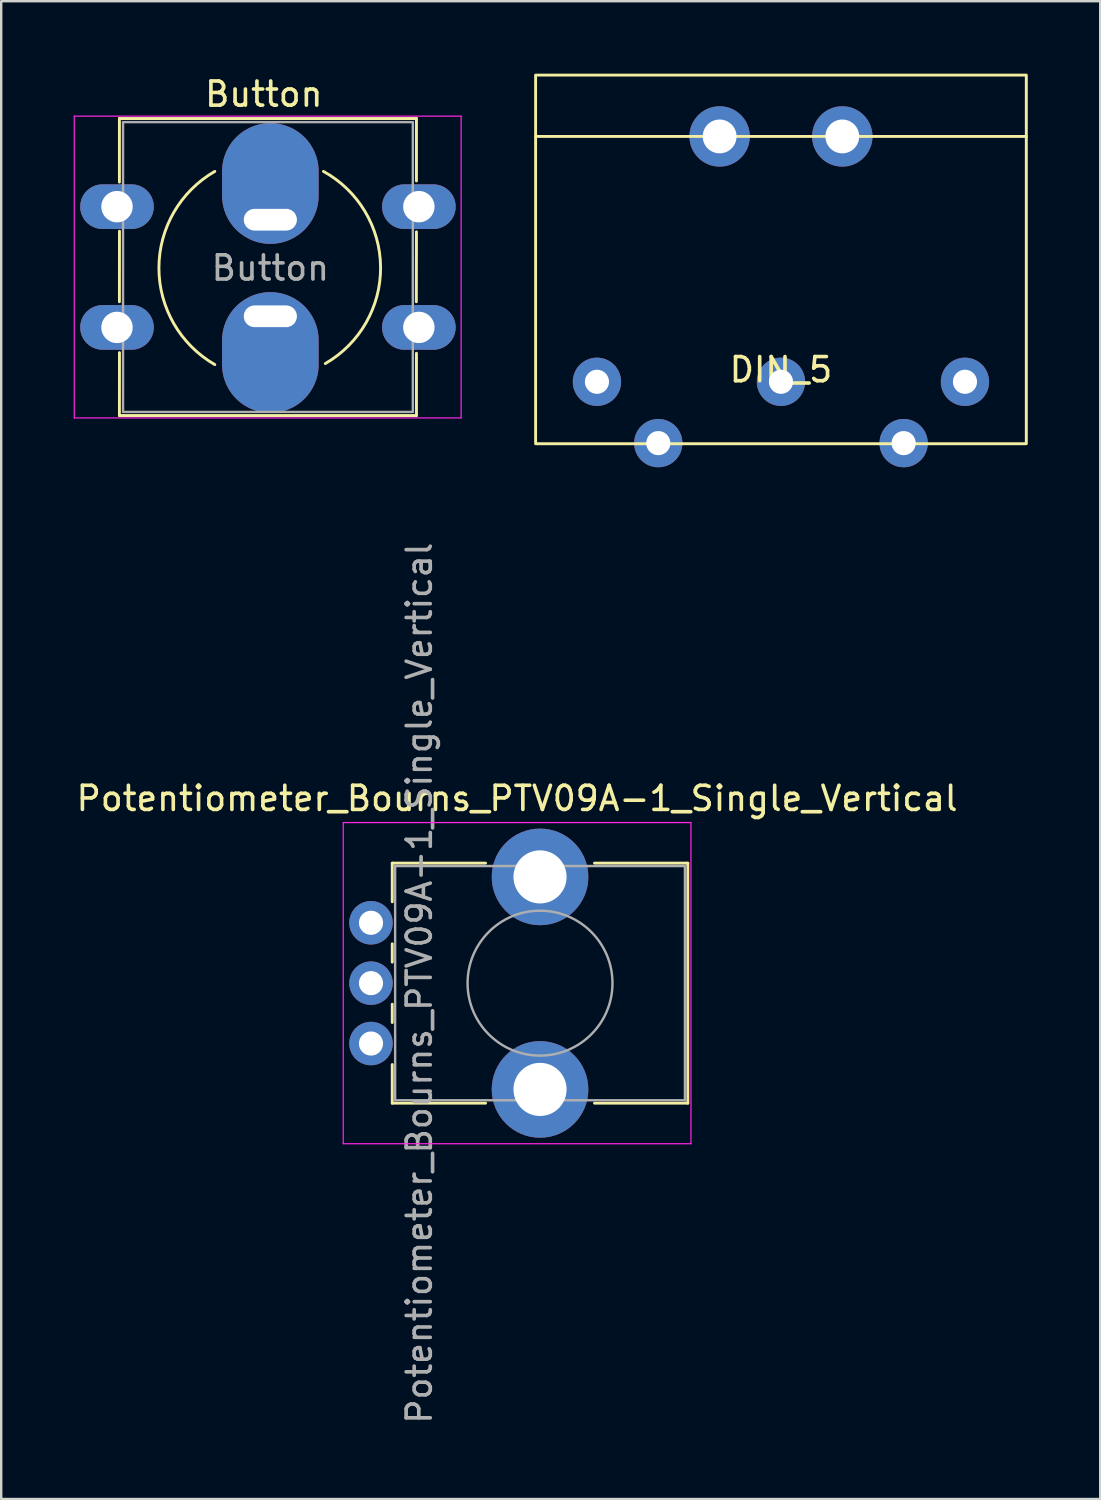
<source format=kicad_pcb>
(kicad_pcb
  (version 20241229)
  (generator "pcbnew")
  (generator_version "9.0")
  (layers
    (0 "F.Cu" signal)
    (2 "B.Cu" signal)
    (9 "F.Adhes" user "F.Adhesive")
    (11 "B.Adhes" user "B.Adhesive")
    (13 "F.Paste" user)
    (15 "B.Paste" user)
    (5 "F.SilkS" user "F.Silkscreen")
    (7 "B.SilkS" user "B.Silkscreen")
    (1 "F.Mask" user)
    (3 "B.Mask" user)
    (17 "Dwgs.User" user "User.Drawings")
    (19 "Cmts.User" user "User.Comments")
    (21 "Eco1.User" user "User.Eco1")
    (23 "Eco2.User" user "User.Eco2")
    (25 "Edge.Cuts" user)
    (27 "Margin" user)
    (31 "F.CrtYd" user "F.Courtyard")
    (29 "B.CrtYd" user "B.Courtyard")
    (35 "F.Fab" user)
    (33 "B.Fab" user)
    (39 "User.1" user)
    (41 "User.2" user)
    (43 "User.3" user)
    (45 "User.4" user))
  (footprint "Button"
    (layer "F.Cu")
    (at 8.145 8.048)
    (property "Reference" "Button" (at -0.27 -7.2 0) (layer "F.SilkS") (effects (font (size 1 1) (thickness 0.15))))
    (attr through_hole)
    (fp_line (start -6.25 -6.19) (end 6.05 -6.19) (stroke (width 0.12) (type solid)) (layer "F.SilkS"))
    (fp_line (start -6.25 -3.556) (end -6.25 -6.19) (stroke (width 0.12) (type solid)) (layer "F.SilkS"))
    (fp_line (start -6.25 1.397) (end -6.248 -1.524) (stroke (width 0.12) (type solid)) (layer "F.SilkS"))
    (fp_line (start -6.25 6.11) (end -6.248 3.505) (stroke (width 0.12) (type solid)) (layer "F.SilkS"))
    (fp_line (start 6.05 -6.19) (end 6.05 -3.607) (stroke (width 0.12) (type solid)) (layer "F.SilkS"))
    (fp_line (start 6.05 -1.499) (end 6.045 1.397) (stroke (width 0.12) (type solid)) (layer "F.SilkS"))
    (fp_line (start 6.05 3.531) (end 6.05 6.11) (stroke (width 0.12) (type solid)) (layer "F.SilkS"))
    (fp_line (start 6.05 6.11) (end -6.25 6.11) (stroke (width 0.12) (type solid)) (layer "F.SilkS"))
    (fp_arc (start -2.3 3.999999) (mid -4.614108 0) (end -2.3 -3.999999) (stroke (width 0.12) (type default)) (layer "F.SilkS"))
    (fp_arc (start 2.2 -3.999999) (mid 4.564878 -0.043348) (end 2.275564 3.957499) (stroke (width 0.12) (type default)) (layer "F.SilkS"))
    (fp_line (start -8.12 -6.29) (end -8.12 6.21) (stroke (width 0.05) (type solid)) (layer "F.CrtYd"))
    (fp_line (start -8.12 -6.29) (end 7.9 -6.29) (stroke (width 0.05) (type solid)) (layer "F.CrtYd"))
    (fp_line (start 7.9 6.21) (end -8.12 6.21) (stroke (width 0.05) (type solid)) (layer "F.CrtYd"))
    (fp_line (start 7.9 6.21) (end 7.9 -6.29) (stroke (width 0.05) (type solid)) (layer "F.CrtYd"))
    (fp_line (start -6.1 -6.04) (end -6.1 5.96) (stroke (width 0.1) (type solid)) (layer "F.Fab"))
    (fp_line (start -6.1 -6.04) (end 5.9 -6.04) (stroke (width 0.1) (type solid)) (layer "F.Fab"))
    (fp_line (start -6.1 5.96) (end 5.9 5.96) (stroke (width 0.1) (type solid)) (layer "F.Fab"))
    (fp_line (start 5.9 -6.04) (end 5.9 5.96) (stroke (width 0.1) (type solid)) (layer "F.Fab"))
    (fp_text user "${REFERENCE}" (at 0 0 0) (layer "F.Fab") (effects (font (size 1 1) (thickness 0.15))))
    (pad "1" thru_hole oval (at -6.35 -2.54) (size 3.048 1.85) (drill 1.3) (layers "*.Cu" "*.Mask"))
    (pad "1" thru_hole oval (at 0 -2) (size 4 5) (drill oval 2.2 0.9 (offset 0 -1.5)) (layers "*.Cu" "*.Mask"))
    (pad "1" thru_hole oval (at 6.15 -2.54) (size 3.048 1.85) (drill 1.3) (layers "*.Cu" "*.Mask"))
    (pad "2" thru_hole oval (at -6.35 2.46) (size 3.048 1.85) (drill 1.3) (layers "*.Cu" "*.Mask"))
    (pad "2" thru_hole oval (at 0 2) (size 4 5) (drill oval 2.2 0.9 (offset 0 1.5)) (layers "*.Cu" "*.Mask"))
    (pad "2" thru_hole oval (at 6.15 2.46) (size 3.048 1.85) (drill 1.3) (layers "*.Cu" "*.Mask")))
  (footprint "Potentiometer_Bourns_PTV09A-1_Single_Vertical"
    (layer "F.Cu")
    (at 19.313 37.663)
    (property "Reference" "Potentiometer_Bourns_PTV09A-1_Single_Vertical" (at -0.95 -7.65 0) (layer "F.SilkS") (effects (font (size 1 1) (thickness 0.15))))
    (attr through_hole)
    (fp_line (start -6.12 -4.97) (end -6.12 -3.371) (stroke (width 0.12) (type solid)) (layer "F.SilkS"))
    (fp_line (start -6.12 -4.97) (end -2.255 -4.97) (stroke (width 0.12) (type solid)) (layer "F.SilkS"))
    (fp_line (start -6.12 -1.629) (end -6.12 -0.87) (stroke (width 0.12) (type solid)) (layer "F.SilkS"))
    (fp_line (start -6.12 0.871) (end -6.12 1.63) (stroke (width 0.12) (type solid)) (layer "F.SilkS"))
    (fp_line (start -6.12 3.37) (end -6.12 4.97) (stroke (width 0.12) (type solid)) (layer "F.SilkS"))
    (fp_line (start -6.12 4.97) (end -2.255 4.97) (stroke (width 0.12) (type solid)) (layer "F.SilkS"))
    (fp_line (start 2.255 -4.97) (end 6.12 -4.97) (stroke (width 0.12) (type solid)) (layer "F.SilkS"))
    (fp_line (start 2.255 4.97) (end 6.12 4.97) (stroke (width 0.12) (type solid)) (layer "F.SilkS"))
    (fp_line (start 6.12 -4.97) (end 6.12 4.97) (stroke (width 0.12) (type solid)) (layer "F.SilkS"))
    (fp_line (start -8.15 -6.65) (end -8.15 6.65) (stroke (width 0.05) (type solid)) (layer "F.CrtYd"))
    (fp_line (start -8.15 6.65) (end 6.25 6.65) (stroke (width 0.05) (type solid)) (layer "F.CrtYd"))
    (fp_line (start 6.25 -6.65) (end -8.15 -6.65) (stroke (width 0.05) (type solid)) (layer "F.CrtYd"))
    (fp_line (start 6.25 6.65) (end 6.25 -6.65) (stroke (width 0.05) (type solid)) (layer "F.CrtYd"))
    (fp_line (start -6 -4.85) (end -6 4.85) (stroke (width 0.1) (type solid)) (layer "F.Fab"))
    (fp_line (start -6 4.85) (end 6 4.85) (stroke (width 0.1) (type solid)) (layer "F.Fab"))
    (fp_line (start 6 -4.85) (end -6 -4.85) (stroke (width 0.1) (type solid)) (layer "F.Fab"))
    (fp_line (start 6 4.85) (end 6 -4.85) (stroke (width 0.1) (type solid)) (layer "F.Fab"))
    (fp_circle (center 0 0) (end 3 0) (stroke (width 0.1) (type solid)) (fill no) (layer "F.Fab"))
    (fp_text user "${REFERENCE}" (at -5 0 90) (layer "F.Fab") (effects (font (size 1 1) (thickness 0.15))))
    (pad "" np_thru_hole circle (at 0 -4.4) (size 4 4) (drill 2.2) (layers "*.Cu" "*.Mask"))
    (pad "" np_thru_hole circle (at 0 4.4) (size 4 4) (drill 2.2) (layers "*.Cu" "*.Mask"))
    (pad "1" thru_hole circle (at -7 2.5) (size 1.8 1.8) (drill 1) (layers "*.Cu" "*.Mask"))
    (pad "2" thru_hole circle (at -7 0) (size 1.8 1.8) (drill 1) (layers "*.Cu" "*.Mask"))
    (pad "3" thru_hole circle (at -7 -2.5) (size 1.8 1.8) (drill 1) (layers "*.Cu" "*.Mask")))
  (footprint "DIN_5"
    (layer "F.Cu")
    (at 29.29 7.68)
    (property "Reference" "DIN_5" (at 0 4.58 0) (unlocked yes) (layer "F.SilkS") (effects (font (size 1 1) (thickness 0.15))))
    (attr through_hole)
    (fp_line (start 10.16 -5.08) (end -10.16 -5.08) (stroke (width 0.12) (type default)) (layer "F.SilkS"))
    (fp_rect (start -10.16 -7.62) (end 10.16 7.645) (stroke (width 0.12) (type solid)) (fill no) (layer "F.SilkS"))
    (pad "1" thru_hole circle (at -7.62 5.08) (size 2 2) (drill 1) (layers "*.Cu" "*.Mask"))
    (pad "2" thru_hole circle (at 0 5.08) (size 2 2) (drill 1) (layers "*.Cu" "*.Mask"))
    (pad "3" thru_hole circle (at 7.62 5.08) (size 2 2) (drill 1) (layers "*.Cu" "*.Mask"))
    (pad "4" thru_hole circle (at -5.08 7.62) (size 2 2) (drill 1) (layers "*.Cu" "*.Mask"))
    (pad "5" thru_hole circle (at 5.08 7.62) (size 2 2) (drill 1) (layers "*.Cu" "*.Mask"))
    (pad "S" thru_hole circle (at -2.54 -5.08) (size 2.5 2.5) (drill 1.4) (layers "*.Cu" "*.Mask"))
    (pad "S" thru_hole circle (at 2.54 -5.08) (size 2.5 2.5) (drill 1.4) (layers "*.Cu" "*.Mask")))
  (gr_rect
    (start -3 -3)
    (end 42.51 59.026)
    (stroke (width 0.1) (type default))
    (fill no)
    (layer "Edge.Cuts")))
</source>
